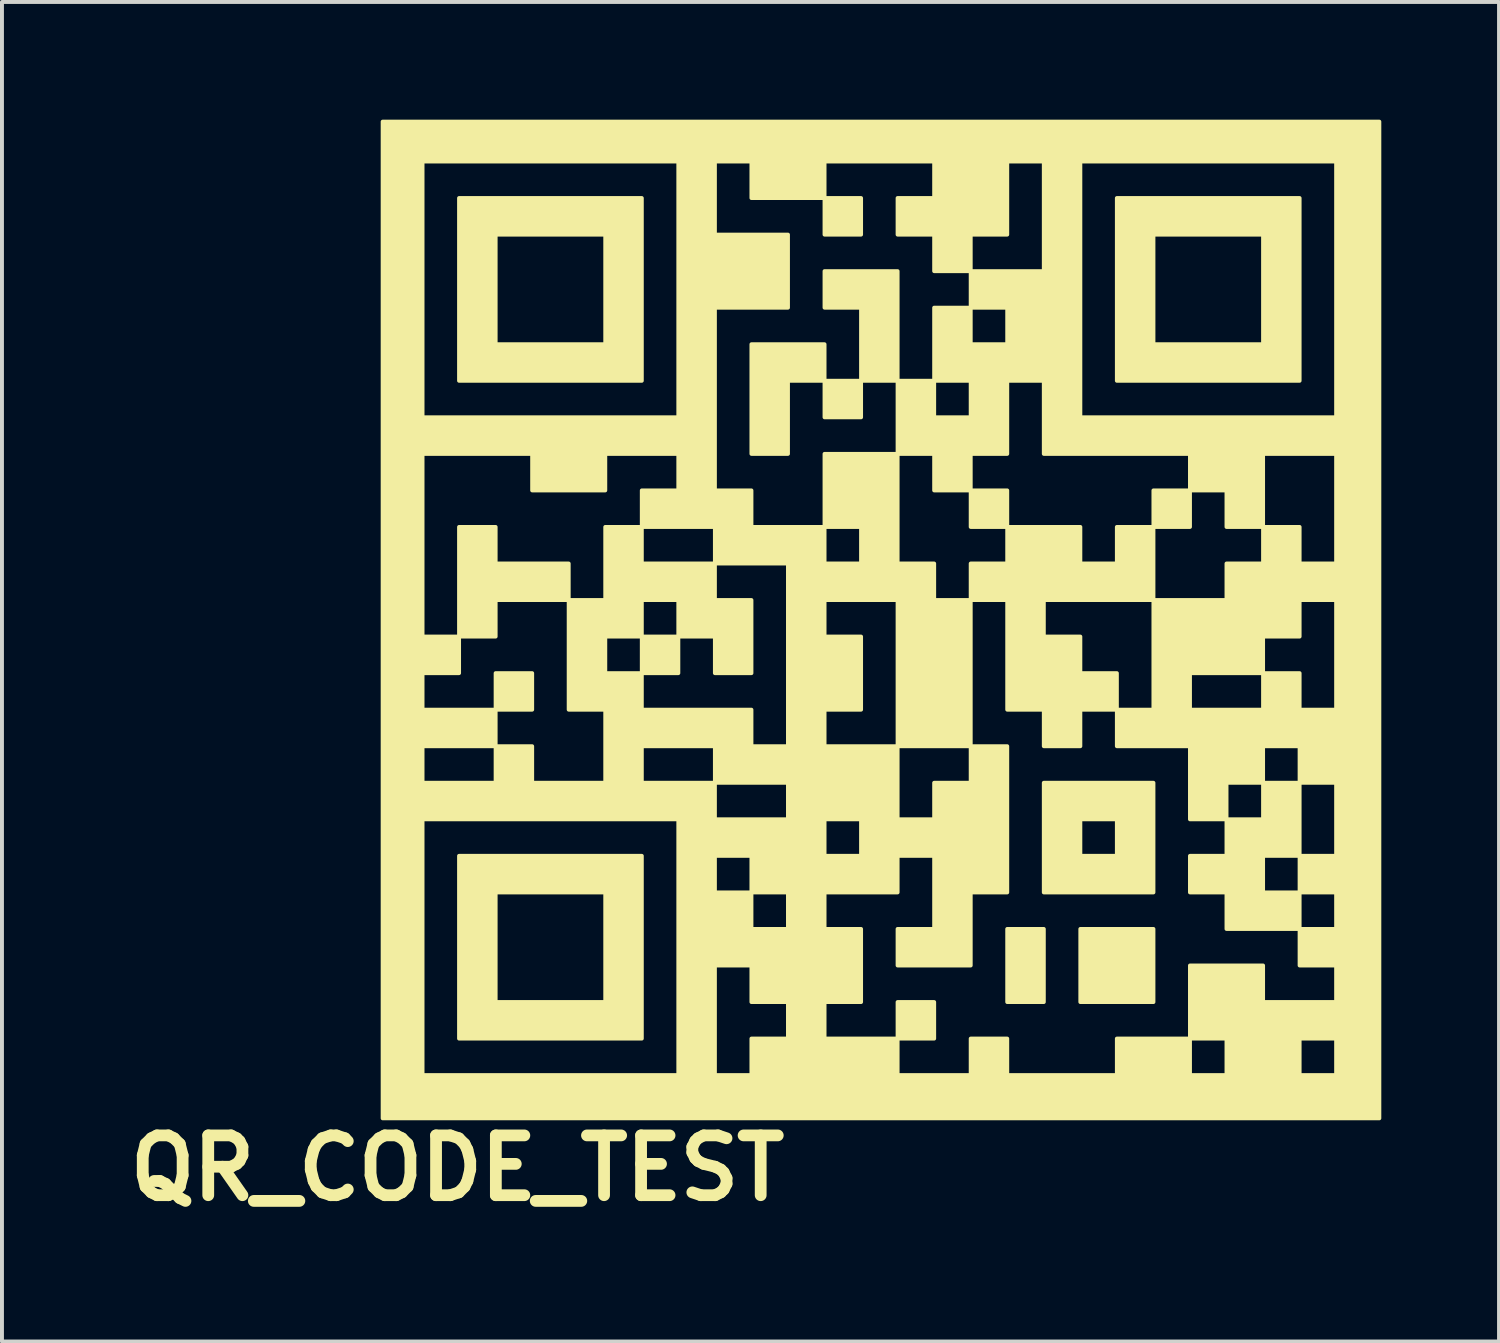
<source format=kicad_pcb>
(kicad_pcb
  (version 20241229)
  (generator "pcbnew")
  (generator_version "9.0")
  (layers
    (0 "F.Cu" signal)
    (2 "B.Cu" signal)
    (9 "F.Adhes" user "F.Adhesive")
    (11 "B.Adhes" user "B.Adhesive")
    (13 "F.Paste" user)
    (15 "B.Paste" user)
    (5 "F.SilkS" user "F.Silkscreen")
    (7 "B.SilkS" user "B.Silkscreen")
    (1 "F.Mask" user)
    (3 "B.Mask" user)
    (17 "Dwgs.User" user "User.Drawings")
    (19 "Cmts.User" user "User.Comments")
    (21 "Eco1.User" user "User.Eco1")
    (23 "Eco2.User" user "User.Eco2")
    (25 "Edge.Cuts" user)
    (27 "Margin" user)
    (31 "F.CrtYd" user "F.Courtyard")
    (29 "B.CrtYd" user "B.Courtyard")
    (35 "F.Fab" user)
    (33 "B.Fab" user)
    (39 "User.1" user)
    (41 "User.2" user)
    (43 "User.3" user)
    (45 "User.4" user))
  (footprint "QR_CODE_TEST"
    (layer "F.Cu")
    (at 19.402 12.75)
    (property "Reference" "QR_CODE_TEST" (at -10.795 13.97 0) (layer "F.SilkS") (effects (font (size 1.524 1.524) (thickness 0.3))))
    (attr through_hole)
    (fp_poly (pts (xy -8.89 2.286) (xy -9.356 2.286) (xy -9.821 2.286) (xy -9.821 1.82) (xy -9.821 1.355) (xy -9.356 1.355) (xy -8.89 1.355) (xy -8.89 1.82) (xy -8.89 2.286)) (stroke (width 0.1) (type solid)) (fill yes) (layer "F.SilkS"))
    (fp_poly (pts (xy -5.165 1.355) (xy -5.63 1.355) (xy -6.096 1.355) (xy -6.096 0.889) (xy -6.096 0.423) (xy -5.63 0.423) (xy -5.165 0.423) (xy -5.165 0.889) (xy -5.165 1.355)) (stroke (width 0.1) (type solid)) (fill yes) (layer "F.SilkS"))
    (fp_poly (pts (xy -0.508 -9.821) (xy -0.974 -9.821) (xy -1.439 -9.821) (xy -1.439 -10.287) (xy -1.439 -10.753) (xy -0.974 -10.753) (xy -0.508 -10.753) (xy -0.508 -10.287) (xy -0.508 -9.821)) (stroke (width 0.1) (type solid)) (fill yes) (layer "F.SilkS"))
    (fp_poly (pts (xy -0.508 -5.165) (xy -0.974 -5.165) (xy -1.439 -5.165) (xy -1.439 -5.63) (xy -1.439 -6.096) (xy -0.974 -6.096) (xy -0.508 -6.096) (xy -0.508 -5.63) (xy -0.508 -5.165)) (stroke (width 0.1) (type solid)) (fill yes) (layer "F.SilkS"))
    (fp_poly (pts (xy 1.355 10.668) (xy 0.889 10.668) (xy 0.423 10.668) (xy 0.423 10.202) (xy 0.423 9.737) (xy 0.889 9.737) (xy 1.355 9.737) (xy 1.355 10.202) (xy 1.355 10.668)) (stroke (width 0.1) (type solid)) (fill yes) (layer "F.SilkS"))
    (fp_poly (pts (xy 3.217 -2.371) (xy 2.752 -2.371) (xy 2.286 -2.371) (xy 2.286 -2.836) (xy 2.286 -3.302) (xy 2.752 -3.302) (xy 3.217 -3.302) (xy 3.217 -2.836) (xy 3.217 -2.371)) (stroke (width 0.1) (type solid)) (fill yes) (layer "F.SilkS"))
    (fp_poly (pts (xy 4.149 9.737) (xy 3.683 9.737) (xy 3.217 9.737) (xy 3.217 8.805) (xy 3.217 7.874) (xy 3.683 7.874) (xy 4.149 7.874) (xy 4.149 8.805) (xy 4.149 9.737)) (stroke (width 0.1) (type solid)) (fill yes) (layer "F.SilkS"))
    (fp_poly (pts (xy 6.943 9.737) (xy 6.011 9.737) (xy 5.08 9.737) (xy 5.08 8.805) (xy 5.08 7.874) (xy 6.011 7.874) (xy 6.943 7.874) (xy 6.943 8.805) (xy 6.943 9.737)) (stroke (width 0.1) (type solid)) (fill yes) (layer "F.SilkS"))
    (fp_poly (pts (xy 7.874 -2.371) (xy 7.408 -2.371) (xy 6.943 -2.371) (xy 6.943 -2.836) (xy 6.943 -3.302) (xy 7.408 -3.302) (xy 7.874 -3.302) (xy 7.874 -2.836) (xy 7.874 -2.371)) (stroke (width 0.1) (type solid)) (fill yes) (layer "F.SilkS"))
    (fp_poly (pts (xy -1.439 -6.096) (xy -1.905 -6.096) (xy -2.371 -6.096) (xy -2.371 -5.165) (xy -2.371 -4.233) (xy -2.836 -4.233) (xy -3.302 -4.233) (xy -3.302 -5.63) (xy -3.302 -7.027) (xy -2.371 -7.027) (xy -1.439 -7.027) (xy -1.439 -6.562) (xy -1.439 -6.096)) (stroke (width 0.1) (type solid)) (fill yes) (layer "F.SilkS"))
    (fp_poly (pts (xy 0.423 -6.096) (xy -0.042 -6.096) (xy -0.508 -6.096) (xy -0.508 -7.027) (xy -0.508 -7.959) (xy -0.974 -7.959) (xy -1.439 -7.959) (xy -1.439 -8.424) (xy -1.439 -8.89) (xy -0.508 -8.89) (xy 0.423 -8.89) (xy 0.423 -7.493) (xy 0.423 -6.096)) (stroke (width 0.1) (type solid)) (fill yes) (layer "F.SilkS"))
    (fp_poly (pts (xy -7.959 -0.508) (xy -8.89 -0.508) (xy -9.821 -0.508) (xy -9.821 -0.042) (xy -9.821 0.423) (xy -10.287 0.423) (xy -10.753 0.423) (xy -10.753 -0.974) (xy -10.753 -2.371) (xy -10.287 -2.371) (xy -9.821 -2.371) (xy -9.821 -1.905) (xy -9.821 -1.439) (xy -8.89 -1.439) (xy -7.959 -1.439) (xy -7.959 -0.974) (xy -7.959 -0.508)) (stroke (width 0.1) (type solid)) (fill yes) (layer "F.SilkS"))
    (fp_poly (pts (xy -6.096 -6.096) (xy -7.027 -6.096) (xy -7.027 -7.027) (xy -7.027 -8.424) (xy -7.027 -9.821) (xy -8.424 -9.821) (xy -9.821 -9.821) (xy -9.821 -8.424) (xy -9.821 -7.027) (xy -8.424 -7.027) (xy -7.027 -7.027) (xy -7.027 -6.096) (xy -8.424 -6.096) (xy -10.753 -6.096) (xy -10.753 -8.424) (xy -10.753 -10.753) (xy -8.424 -10.753) (xy -6.096 -10.753) (xy -6.096 -8.424) (xy -6.096 -6.096)) (stroke (width 0.1) (type solid)) (fill yes) (layer "F.SilkS"))
    (fp_poly (pts (xy -6.096 10.668) (xy -7.027 10.668) (xy -7.027 9.737) (xy -7.027 8.34) (xy -7.027 6.943) (xy -8.424 6.943) (xy -9.821 6.943) (xy -9.821 8.34) (xy -9.821 9.737) (xy -8.424 9.737) (xy -7.027 9.737) (xy -7.027 10.668) (xy -8.424 10.668) (xy -10.753 10.668) (xy -10.753 8.34) (xy -10.753 6.011) (xy -8.424 6.011) (xy -6.096 6.011) (xy -6.096 8.34) (xy -6.096 10.668)) (stroke (width 0.1) (type solid)) (fill yes) (layer "F.SilkS"))
    (fp_poly (pts (xy 6.943 6.943) (xy 6.011 6.943) (xy 6.011 6.011) (xy 6.011 5.546) (xy 6.011 5.08) (xy 5.546 5.08) (xy 5.08 5.08) (xy 5.08 5.546) (xy 5.08 6.011) (xy 5.546 6.011) (xy 6.011 6.011) (xy 6.011 6.943) (xy 5.546 6.943) (xy 4.149 6.943) (xy 4.149 5.546) (xy 4.149 4.149) (xy 5.546 4.149) (xy 6.943 4.149) (xy 6.943 5.546) (xy 6.943 6.943)) (stroke (width 0.1) (type solid)) (fill yes) (layer "F.SilkS"))
    (fp_poly (pts (xy 10.668 -6.096) (xy 9.737 -6.096) (xy 9.737 -7.027) (xy 9.737 -8.424) (xy 9.737 -9.821) (xy 8.34 -9.821) (xy 6.943 -9.821) (xy 6.943 -8.424) (xy 6.943 -7.027) (xy 8.34 -7.027) (xy 9.737 -7.027) (xy 9.737 -6.096) (xy 8.34 -6.096) (xy 6.011 -6.096) (xy 6.011 -8.424) (xy 6.011 -10.753) (xy 8.34 -10.753) (xy 10.668 -10.753) (xy 10.668 -8.424) (xy 10.668 -6.096)) (stroke (width 0.1) (type solid)) (fill yes) (layer "F.SilkS"))
    (fp_poly (pts (xy 10.668 7.874) (xy 9.737 7.874) (xy 8.805 7.874) (xy 8.805 7.408) (xy 8.805 6.943) (xy 8.34 6.943) (xy 7.874 6.943) (xy 7.874 6.477) (xy 7.874 6.011) (xy 8.34 6.011) (xy 8.805 6.011) (xy 8.805 5.546) (xy 8.805 5.08) (xy 9.271 5.08) (xy 9.737 5.08) (xy 9.737 4.614) (xy 9.737 4.149) (xy 10.202 4.149) (xy 10.668 4.149) (xy 10.668 5.08) (xy 10.668 6.011) (xy 10.202 6.011) (xy 9.737 6.011) (xy 9.737 6.477) (xy 9.737 6.943) (xy 10.202 6.943) (xy 10.668 6.943) (xy 10.668 7.408) (xy 10.668 7.874)) (stroke (width 0.1) (type solid)) (fill yes) (layer "F.SilkS"))
    (fp_poly (pts (xy 6.943 -0.508) (xy 5.546 -0.508) (xy 4.149 -0.508) (xy 4.149 -0.042) (xy 4.149 0.423) (xy 4.614 0.423) (xy 5.08 0.423) (xy 5.08 0.889) (xy 5.08 1.355) (xy 5.546 1.355) (xy 6.011 1.355) (xy 6.011 1.82) (xy 6.011 2.286) (xy 5.546 2.286) (xy 5.08 2.286) (xy 5.08 2.752) (xy 5.08 3.217) (xy 4.614 3.217) (xy 4.149 3.217) (xy 4.149 2.752) (xy 4.149 2.286) (xy 3.683 2.286) (xy 3.217 2.286) (xy 3.217 0.889) (xy 3.217 -0.508) (xy 2.752 -0.508) (xy 2.286 -0.508) (xy 2.286 -0.974) (xy 2.286 -1.439) (xy 2.752 -1.439) (xy 3.217 -1.439) (xy 3.217 -1.905) (xy 3.217 -2.371) (xy 4.149 -2.371) (xy 5.08 -2.371) (xy 5.08 -1.905) (xy 5.08 -1.439) (xy 5.546 -1.439) (xy 6.011 -1.439) (xy 6.011 -1.905) (xy 6.011 -2.371) (xy 6.477 -2.371) (xy 6.943 -2.371) (xy 6.943 -1.439) (xy 6.943 -0.508)) (stroke (width 0.1) (type solid)) (fill yes) (layer "F.SilkS"))
    (fp_poly (pts (xy 12.7 12.7) (xy 11.599 12.7) (xy 11.599 11.599) (xy 11.599 11.134) (xy 11.599 10.668) (xy 11.599 9.737) (xy 11.599 9.271) (xy 11.599 8.805) (xy 11.134 8.805) (xy 10.668 8.805) (xy 10.668 8.34) (xy 10.668 7.874) (xy 11.134 7.874) (xy 11.599 7.874) (xy 11.599 7.408) (xy 11.599 6.943) (xy 11.134 6.943) (xy 10.668 6.943) (xy 10.668 6.477) (xy 10.668 6.011) (xy 11.134 6.011) (xy 11.599 6.011) (xy 11.599 5.08) (xy 11.599 4.149) (xy 11.599 2.286) (xy 11.599 0.889) (xy 11.599 -0.508) (xy 11.134 -0.508) (xy 10.668 -0.508) (xy 10.668 -0.042) (xy 10.668 0.423) (xy 10.202 0.423) (xy 9.737 0.423) (xy 9.737 0.889) (xy 9.737 1.355) (xy 8.805 1.355) (xy 7.874 1.355) (xy 7.874 1.82) (xy 7.874 2.286) (xy 8.805 2.286) (xy 9.737 2.286) (xy 9.737 1.82) (xy 9.737 1.355) (xy 10.202 1.355) (xy 10.668 1.355) (xy 10.668 1.82) (xy 10.668 2.286) (xy 11.134 2.286) (xy 11.599 2.286) (xy 11.599 4.149) (xy 11.134 4.149) (xy 10.668 4.149) (xy 10.668 3.683) (xy 10.668 3.217) (xy 10.202 3.217) (xy 9.737 3.217) (xy 9.737 3.683) (xy 9.737 4.149) (xy 9.271 4.149) (xy 8.805 4.149) (xy 8.805 4.614) (xy 8.805 5.08) (xy 8.34 5.08) (xy 7.874 5.08) (xy 7.874 4.149) (xy 7.874 3.217) (xy 6.943 3.217) (xy 6.011 3.217) (xy 6.011 2.752) (xy 6.011 2.286) (xy 6.477 2.286) (xy 6.943 2.286) (xy 6.943 0.889) (xy 6.943 -0.508) (xy 7.874 -0.508) (xy 8.805 -0.508) (xy 8.805 -0.974) (xy 8.805 -1.439) (xy 9.271 -1.439) (xy 9.737 -1.439) (xy 9.737 -1.905) (xy 9.737 -2.371) (xy 10.202 -2.371) (xy 10.668 -2.371) (xy 10.668 -1.905) (xy 10.668 -1.439) (xy 11.134 -1.439) (xy 11.599 -1.439) (xy 11.599 -2.836) (xy 11.599 -4.233) (xy 11.599 -5.165) (xy 11.599 -8.424) (xy 11.599 -11.684) (xy 8.34 -11.684) (xy 5.08 -11.684) (xy 5.08 -8.424) (xy 5.08 -5.165) (xy 8.34 -5.165) (xy 11.599 -5.165) (xy 11.599 -4.233) (xy 10.668 -4.233) (xy 9.737 -4.233) (xy 9.737 -3.302) (xy 9.737 -2.371) (xy 9.271 -2.371) (xy 8.805 -2.371) (xy 8.805 -2.836) (xy 8.805 -3.302) (xy 8.34 -3.302) (xy 7.874 -3.302) (xy 7.874 -3.768) (xy 7.874 -4.233) (xy 6.011 -4.233) (xy 4.149 -4.233) (xy 4.149 -5.165) (xy 4.149 -6.096) (xy 3.683 -6.096) (xy 3.217 -6.096) (xy 3.217 -5.165) (xy 3.217 -4.233) (xy 2.752 -4.233) (xy 2.286 -4.233) (xy 2.286 -3.768) (xy 2.286 -3.302) (xy 1.82 -3.302) (xy 1.355 -3.302) (xy 1.355 -3.768) (xy 1.355 -4.233) (xy 0.889 -4.233) (xy 0.423 -4.233) (xy 0.423 -5.165) (xy 0.423 -6.096) (xy 0.889 -6.096) (xy 1.355 -6.096) (xy 1.355 -5.63) (xy 1.355 -5.165) (xy 1.82 -5.165) (xy 2.286 -5.165) (xy 2.286 -5.63) (xy 2.286 -6.096) (xy 1.82 -6.096) (xy 1.355 -6.096) (xy 1.355 -7.027) (xy 1.355 -7.959) (xy 1.82 -7.959) (xy 2.286 -7.959) (xy 2.286 -7.493) (xy 2.286 -7.027) (xy 2.752 -7.027) (xy 3.217 -7.027) (xy 3.217 -7.493) (xy 3.217 -7.959) (xy 2.752 -7.959) (xy 2.286 -7.959) (xy 2.286 -8.424) (xy 2.286 -8.89) (xy 3.217 -8.89) (xy 4.149 -8.89) (xy 4.149 -10.287) (xy 4.149 -11.684) (xy 3.683 -11.684) (xy 3.217 -11.684) (xy 3.217 -10.753) (xy 3.217 -9.821) (xy 2.752 -9.821) (xy 2.286 -9.821) (xy 2.286 -9.356) (xy 2.286 -8.89) (xy 1.82 -8.89) (xy 1.355 -8.89) (xy 1.355 -9.356) (xy 1.355 -9.821) (xy 0.889 -9.821) (xy 0.423 -9.821) (xy 0.423 -10.287) (xy 0.423 -10.753) (xy 0.889 -10.753) (xy 1.355 -10.753) (xy 1.355 -11.218) (xy 1.355 -11.684) (xy -0.042 -11.684) (xy -1.439 -11.684) (xy -1.439 -11.218) (xy -1.439 -10.753) (xy -2.371 -10.753) (xy -3.302 -10.753) (xy -3.302 -11.218) (xy -3.302 -11.684) (xy -3.768 -11.684) (xy -4.233 -11.684) (xy -4.233 -10.753) (xy -4.233 -9.821) (xy -3.302 -9.821) (xy -2.371 -9.821) (xy -2.371 -8.89) (xy -2.371 -7.959) (xy -3.302 -7.959) (xy -4.233 -7.959) (xy -4.233 -5.63) (xy -4.233 -3.302) (xy -3.768 -3.302) (xy -3.302 -3.302) (xy -3.302 -2.836) (xy -3.302 -2.371) (xy -2.371 -2.371) (xy -1.439 -2.371) (xy -1.439 -1.905) (xy -1.439 -1.439) (xy -0.974 -1.439) (xy -0.508 -1.439) (xy -0.508 -1.905) (xy -0.508 -2.371) (xy -0.974 -2.371) (xy -1.439 -2.371) (xy -1.439 -3.302) (xy -1.439 -4.233) (xy -0.508 -4.233) (xy 0.423 -4.233) (xy 0.423 -2.836) (xy 0.423 -1.439) (xy 0.889 -1.439) (xy 1.355 -1.439) (xy 1.355 -0.974) (xy 1.355 -0.508) (xy 1.82 -0.508) (xy 2.286 -0.508) (xy 2.286 1.355) (xy 2.286 3.217) (xy 1.355 3.217) (xy 0.423 3.217) (xy 0.423 1.355) (xy 0.423 -0.508) (xy -0.508 -0.508) (xy -1.439 -0.508) (xy -1.439 -0.042) (xy -1.439 0.423) (xy -0.974 0.423) (xy -0.508 0.423) (xy -0.508 1.355) (xy -0.508 2.286) (xy -0.974 2.286) (xy -1.439 2.286) (xy -1.439 2.752) (xy -1.439 3.217) (xy -0.508 3.217) (xy 0.423 3.217) (xy 0.423 4.149) (xy 0.423 5.08) (xy 0.889 5.08) (xy 1.355 5.08) (xy 1.355 4.614) (xy 1.355 4.149) (xy 1.82 4.149) (xy 2.286 4.149) (xy 2.286 3.683) (xy 2.286 3.217) (xy 2.752 3.217) (xy 3.217 3.217) (xy 3.217 5.08) (xy 3.217 6.943) (xy 2.752 6.943) (xy 2.286 6.943) (xy 2.286 7.874) (xy 2.286 8.805) (xy 1.355 8.805) (xy 0.423 8.805) (xy 0.423 8.34) (xy 0.423 7.874) (xy 0.889 7.874) (xy 1.355 7.874) (xy 1.355 6.943) (xy 1.355 6.011) (xy 0.889 6.011) (xy 0.423 6.011) (xy 0.423 6.477) (xy 0.423 6.943) (xy -0.508 6.943) (xy -0.508 6.011) (xy -0.508 5.546) (xy -0.508 5.08) (xy -0.974 5.08) (xy -1.439 5.08) (xy -1.439 5.546) (xy -1.439 6.011) (xy -0.974 6.011) (xy -0.508 6.011) (xy -0.508 6.943) (xy -1.439 6.943) (xy -1.439 7.408) (xy -1.439 7.874) (xy -0.974 7.874) (xy -0.508 7.874) (xy -0.508 8.805) (xy -0.508 9.737) (xy -0.974 9.737) (xy -1.439 9.737) (xy -1.439 10.202) (xy -1.439 10.668) (xy -0.508 10.668) (xy 0.423 10.668) (xy 0.423 11.134) (xy 0.423 11.599) (xy 1.355 11.599) (xy 2.286 11.599) (xy 2.286 11.134) (xy 2.286 10.668) (xy 2.752 10.668) (xy 3.217 10.668) (xy 3.217 11.134) (xy 3.217 11.599) (xy 4.614 11.599) (xy 6.011 11.599) (xy 6.011 11.134) (xy 6.011 10.668) (xy 6.943 10.668) (xy 7.874 10.668) (xy 7.874 11.134) (xy 7.874 11.599) (xy 8.34 11.599) (xy 8.805 11.599) (xy 8.805 11.134) (xy 8.805 10.668) (xy 8.34 10.668) (xy 7.874 10.668) (xy 7.874 9.737) (xy 7.874 8.805) (xy 8.805 8.805) (xy 9.737 8.805) (xy 9.737 9.271) (xy 9.737 9.737) (xy 10.668 9.737) (xy 11.599 9.737) (xy 11.599 10.668) (xy 11.134 10.668) (xy 10.668 10.668) (xy 10.668 11.134) (xy 10.668 11.599) (xy 11.134 11.599) (xy 11.599 11.599) (xy 11.599 12.7) (xy 0 12.7) (xy -2.371 12.7) (xy -2.371 10.668) (xy -2.371 10.202) (xy -2.371 9.737) (xy -2.371 7.874) (xy -2.371 7.408) (xy -2.371 6.943) (xy -2.371 5.08) (xy -2.371 4.614) (xy -2.371 4.149) (xy -2.371 3.217) (xy -2.371 0.889) (xy -2.371 -1.439) (xy -3.302 -1.439) (xy -4.233 -1.439) (xy -4.233 -1.905) (xy -4.233 -2.371) (xy -5.165 -2.371) (xy -6.096 -2.371) (xy -6.096 -2.836) (xy -6.096 -3.302) (xy -5.63 -3.302) (xy -5.165 -3.302) (xy -5.165 -3.768) (xy -5.165 -4.233) (xy -5.165 -5.165) (xy -5.165 -8.424) (xy -5.165 -11.684) (xy -8.424 -11.684) (xy -11.684 -11.684) (xy -11.684 -8.424) (xy -11.684 -5.165) (xy -8.424 -5.165) (xy -5.165 -5.165) (xy -5.165 -4.233) (xy -6.096 -4.233) (xy -7.027 -4.233) (xy -7.027 -3.768) (xy -7.027 -3.302) (xy -7.959 -3.302) (xy -8.89 -3.302) (xy -8.89 -3.768) (xy -8.89 -4.233) (xy -10.287 -4.233) (xy -11.684 -4.233) (xy -11.684 -1.905) (xy -11.684 0.423) (xy -11.218 0.423) (xy -10.753 0.423) (xy -10.753 0.889) (xy -10.753 1.355) (xy -11.218 1.355) (xy -11.684 1.355) (xy -11.684 1.82) (xy -11.684 2.286) (xy -10.753 2.286) (xy -9.821 2.286) (xy -9.821 2.752) (xy -9.821 3.217) (xy -10.753 3.217) (xy -11.684 3.217) (xy -11.684 3.683) (xy -11.684 4.149) (xy -10.753 4.149) (xy -9.821 4.149) (xy -9.821 3.683) (xy -9.821 3.217) (xy -9.356 3.217) (xy -8.89 3.217) (xy -8.89 3.683) (xy -8.89 4.149) (xy -7.959 4.149) (xy -7.027 4.149) (xy -7.027 3.217) (xy -7.027 2.286) (xy -7.493 2.286) (xy -7.959 2.286) (xy -7.959 0.889) (xy -7.959 -0.508) (xy -7.493 -0.508) (xy -7.027 -0.508) (xy -7.027 -1.439) (xy -7.027 -2.371) (xy -6.562 -2.371) (xy -6.096 -2.371) (xy -6.096 -1.905) (xy -6.096 -1.439) (xy -5.165 -1.439) (xy -4.233 -1.439) (xy -4.233 -0.974) (xy -4.233 -0.508) (xy -3.768 -0.508) (xy -3.302 -0.508) (xy -3.302 0.423) (xy -3.302 1.355) (xy -3.768 1.355) (xy -4.233 1.355) (xy -4.233 0.889) (xy -4.233 0.423) (xy -4.699 0.423) (xy -5.165 0.423) (xy -5.165 -0.042) (xy -5.165 -0.508) (xy -5.63 -0.508) (xy -6.096 -0.508) (xy -6.096 -0.042) (xy -6.096 0.423) (xy -6.562 0.423) (xy -7.027 0.423) (xy -7.027 0.889) (xy -7.027 1.355) (xy -6.562 1.355) (xy -6.096 1.355) (xy -6.096 1.82) (xy -6.096 2.286) (xy -4.699 2.286) (xy -3.302 2.286) (xy -3.302 2.752) (xy -3.302 3.217) (xy -2.836 3.217) (xy -2.371 3.217) (xy -2.371 4.149) (xy -3.302 4.149) (xy -4.233 4.149) (xy -4.233 3.683) (xy -4.233 3.217) (xy -5.165 3.217) (xy -6.096 3.217) (xy -6.096 3.683) (xy -6.096 4.149) (xy -5.165 4.149) (xy -4.233 4.149) (xy -4.233 4.614) (xy -4.233 5.08) (xy -3.302 5.08) (xy -2.371 5.08) (xy -2.371 6.943) (xy -2.836 6.943) (xy -3.302 6.943) (xy -3.302 6.477) (xy -3.302 6.011) (xy -3.768 6.011) (xy -4.233 6.011) (xy -4.233 6.477) (xy -4.233 6.943) (xy -3.768 6.943) (xy -3.302 6.943) (xy -3.302 7.408) (xy -3.302 7.874) (xy -2.836 7.874) (xy -2.371 7.874) (xy -2.371 9.737) (xy -2.836 9.737) (xy -3.302 9.737) (xy -3.302 9.271) (xy -3.302 8.805) (xy -3.768 8.805) (xy -4.233 8.805) (xy -4.233 10.202) (xy -4.233 11.599) (xy -3.768 11.599) (xy -3.302 11.599) (xy -3.302 11.134) (xy -3.302 10.668) (xy -2.836 10.668) (xy -2.371 10.668) (xy -2.371 12.7) (xy -5.165 12.7) (xy -5.165 11.599) (xy -5.165 8.34) (xy -5.165 5.08) (xy -8.424 5.08) (xy -11.684 5.08) (xy -11.684 8.34) (xy -11.684 11.599) (xy -8.424 11.599) (xy -5.165 11.599) (xy -5.165 12.7) (xy -12.7 12.7) (xy -12.7 0) (xy -12.7 -12.7) (xy 0 -12.7) (xy 12.7 -12.7) (xy 12.7 0) (xy 12.7 12.7)) (stroke (width 0.1) (type solid)) (fill yes) (layer "F.SilkS")))
  (gr_rect
    (start -3 -3)
    (end 35.152 31.138)
    (stroke (width 0.1) (type default))
    (fill no)
    (layer "Edge.Cuts")))
</source>
